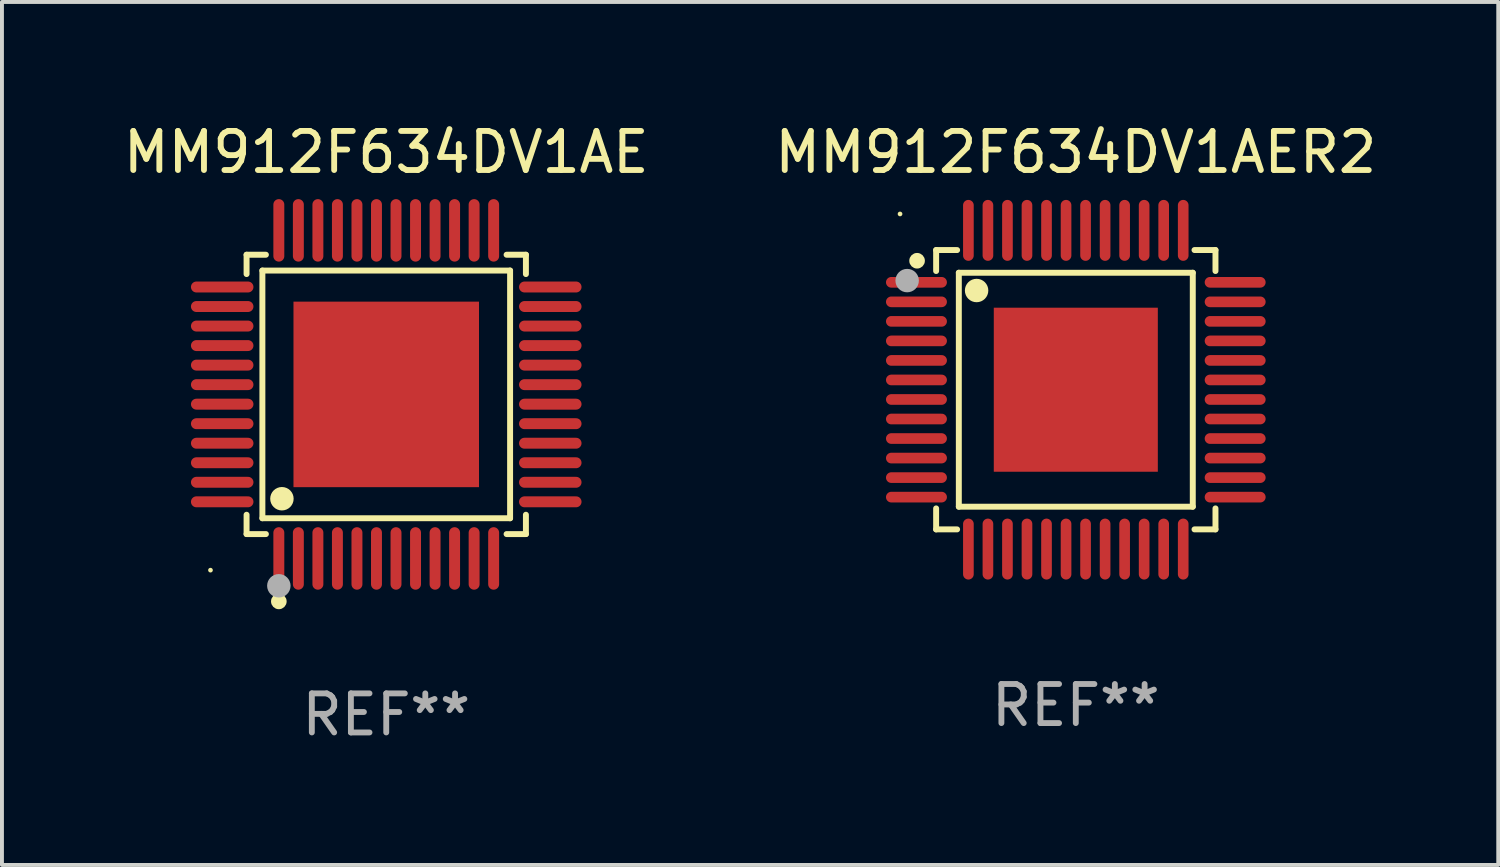
<source format=kicad_pcb>
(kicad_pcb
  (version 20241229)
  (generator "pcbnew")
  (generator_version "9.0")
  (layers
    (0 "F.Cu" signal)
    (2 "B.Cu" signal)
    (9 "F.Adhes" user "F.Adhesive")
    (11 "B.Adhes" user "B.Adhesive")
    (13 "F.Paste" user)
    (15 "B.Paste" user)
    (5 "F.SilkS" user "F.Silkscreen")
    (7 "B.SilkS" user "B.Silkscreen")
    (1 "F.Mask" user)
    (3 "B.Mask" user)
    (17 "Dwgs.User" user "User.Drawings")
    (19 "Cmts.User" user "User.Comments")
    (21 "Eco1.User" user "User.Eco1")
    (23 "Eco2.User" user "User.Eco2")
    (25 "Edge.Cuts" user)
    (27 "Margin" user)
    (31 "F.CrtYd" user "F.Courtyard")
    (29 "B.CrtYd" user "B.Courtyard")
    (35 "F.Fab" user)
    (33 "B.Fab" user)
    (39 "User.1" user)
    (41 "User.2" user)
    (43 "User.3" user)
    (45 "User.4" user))
  (footprint "MM912F634DV1AE"
    (layer "F.Cu")
    (at 6.839 7.048)
    (property "Reference" "MM912F634DV1AE" (at 0 -6.2 0) (layer "F.SilkS") (effects (font (size 1 1) (thickness 0.15))))
    (attr through_hole)
    (fp_line (start -3.576 -3.576) (end -3.081 -3.576) (stroke (width 0.152) (type solid)) (layer "F.SilkS"))
    (fp_line (start -3.576 -3.081) (end -3.576 -3.576) (stroke (width 0.152) (type solid)) (layer "F.SilkS"))
    (fp_line (start -3.576 3.081) (end -3.576 3.576) (stroke (width 0.152) (type solid)) (layer "F.SilkS"))
    (fp_line (start -3.576 3.576) (end -3.081 3.576) (stroke (width 0.152) (type solid)) (layer "F.SilkS"))
    (fp_line (start -3.171 -3.171) (end 3.171 -3.171) (stroke (width 0.152) (type solid)) (layer "F.SilkS"))
    (fp_line (start -3.171 3.171) (end -3.171 -3.171) (stroke (width 0.152) (type solid)) (layer "F.SilkS"))
    (fp_line (start 3.171 -3.171) (end 3.171 3.171) (stroke (width 0.152) (type solid)) (layer "F.SilkS"))
    (fp_line (start 3.171 3.171) (end -3.171 3.171) (stroke (width 0.152) (type solid)) (layer "F.SilkS"))
    (fp_line (start 3.576 -3.576) (end 3.081 -3.576) (stroke (width 0.152) (type solid)) (layer "F.SilkS"))
    (fp_line (start 3.576 -3.081) (end 3.576 -3.576) (stroke (width 0.152) (type solid)) (layer "F.SilkS"))
    (fp_line (start 3.576 3.081) (end 3.576 3.576) (stroke (width 0.152) (type solid)) (layer "F.SilkS"))
    (fp_line (start 3.576 3.576) (end 3.081 3.576) (stroke (width 0.152) (type solid)) (layer "F.SilkS"))
    (fp_circle (center -4.5 4.5) (end -4.47 4.5) (stroke (width 0.06) (type solid)) (fill no) (layer "F.SilkS"))
    (fp_circle (center -2.75 5.3) (end -2.65 5.3) (stroke (width 0.2) (type solid)) (fill no) (layer "F.SilkS"))
    (fp_circle (center -2.671 2.671) (end -2.521 2.671) (stroke (width 0.3) (type solid)) (fill no) (layer "F.SilkS"))
    (fp_circle (center -2.75 4.9) (end -2.6 4.9) (stroke (width 0.3) (type solid)) (fill no) (layer "F.Fab"))
    (fp_text user "REF**" (at 0 8.2 0) (layer "F.Fab") (effects (font (size 1 1) (thickness 0.15))))
    (pad "1" smd oval (at -2.75 4.2) (size 0.28 1.6) (layers "F.Cu" "F.Mask" "F.Paste"))
    (pad "2" smd oval (at -2.25 4.2) (size 0.28 1.6) (layers "F.Cu" "F.Mask" "F.Paste"))
    (pad "3" smd oval (at -1.75 4.2) (size 0.28 1.6) (layers "F.Cu" "F.Mask" "F.Paste"))
    (pad "4" smd oval (at -1.25 4.2) (size 0.28 1.6) (layers "F.Cu" "F.Mask" "F.Paste"))
    (pad "5" smd oval (at -0.75 4.2) (size 0.28 1.6) (layers "F.Cu" "F.Mask" "F.Paste"))
    (pad "6" smd oval (at -0.25 4.2) (size 0.28 1.6) (layers "F.Cu" "F.Mask" "F.Paste"))
    (pad "7" smd oval (at 0.25 4.2) (size 0.28 1.6) (layers "F.Cu" "F.Mask" "F.Paste"))
    (pad "8" smd oval (at 0.75 4.2) (size 0.28 1.6) (layers "F.Cu" "F.Mask" "F.Paste"))
    (pad "9" smd oval (at 1.25 4.2) (size 0.28 1.6) (layers "F.Cu" "F.Mask" "F.Paste"))
    (pad "10" smd oval (at 1.75 4.2) (size 0.28 1.6) (layers "F.Cu" "F.Mask" "F.Paste"))
    (pad "11" smd oval (at 2.25 4.2) (size 0.28 1.6) (layers "F.Cu" "F.Mask" "F.Paste"))
    (pad "12" smd oval (at 2.75 4.2) (size 0.28 1.6) (layers "F.Cu" "F.Mask" "F.Paste"))
    (pad "13" smd oval (at 4.2 2.75) (size 1.6 0.28) (layers "F.Cu" "F.Mask" "F.Paste"))
    (pad "14" smd oval (at 4.2 2.25) (size 1.6 0.28) (layers "F.Cu" "F.Mask" "F.Paste"))
    (pad "15" smd oval (at 4.2 1.75) (size 1.6 0.28) (layers "F.Cu" "F.Mask" "F.Paste"))
    (pad "16" smd oval (at 4.2 1.25) (size 1.6 0.28) (layers "F.Cu" "F.Mask" "F.Paste"))
    (pad "17" smd oval (at 4.2 0.75) (size 1.6 0.28) (layers "F.Cu" "F.Mask" "F.Paste"))
    (pad "18" smd oval (at 4.2 0.25) (size 1.6 0.28) (layers "F.Cu" "F.Mask" "F.Paste"))
    (pad "19" smd oval (at 4.2 -0.25) (size 1.6 0.28) (layers "F.Cu" "F.Mask" "F.Paste"))
    (pad "20" smd oval (at 4.2 -0.75) (size 1.6 0.28) (layers "F.Cu" "F.Mask" "F.Paste"))
    (pad "21" smd oval (at 4.2 -1.25) (size 1.6 0.28) (layers "F.Cu" "F.Mask" "F.Paste"))
    (pad "22" smd oval (at 4.2 -1.75) (size 1.6 0.28) (layers "F.Cu" "F.Mask" "F.Paste"))
    (pad "23" smd oval (at 4.2 -2.25) (size 1.6 0.28) (layers "F.Cu" "F.Mask" "F.Paste"))
    (pad "24" smd oval (at 4.2 -2.75) (size 1.6 0.28) (layers "F.Cu" "F.Mask" "F.Paste"))
    (pad "25" smd oval (at 2.75 -4.2) (size 0.28 1.6) (layers "F.Cu" "F.Mask" "F.Paste"))
    (pad "26" smd oval (at 2.25 -4.2) (size 0.28 1.6) (layers "F.Cu" "F.Mask" "F.Paste"))
    (pad "27" smd oval (at 1.75 -4.2) (size 0.28 1.6) (layers "F.Cu" "F.Mask" "F.Paste"))
    (pad "28" smd oval (at 1.25 -4.2) (size 0.28 1.6) (layers "F.Cu" "F.Mask" "F.Paste"))
    (pad "29" smd oval (at 0.75 -4.2) (size 0.28 1.6) (layers "F.Cu" "F.Mask" "F.Paste"))
    (pad "30" smd oval (at 0.25 -4.2) (size 0.28 1.6) (layers "F.Cu" "F.Mask" "F.Paste"))
    (pad "31" smd oval (at -0.25 -4.2) (size 0.28 1.6) (layers "F.Cu" "F.Mask" "F.Paste"))
    (pad "32" smd oval (at -0.75 -4.2) (size 0.28 1.6) (layers "F.Cu" "F.Mask" "F.Paste"))
    (pad "33" smd oval (at -1.25 -4.2) (size 0.28 1.6) (layers "F.Cu" "F.Mask" "F.Paste"))
    (pad "34" smd oval (at -1.75 -4.2) (size 0.28 1.6) (layers "F.Cu" "F.Mask" "F.Paste"))
    (pad "35" smd oval (at -2.25 -4.2) (size 0.28 1.6) (layers "F.Cu" "F.Mask" "F.Paste"))
    (pad "36" smd oval (at -2.75 -4.2) (size 0.28 1.6) (layers "F.Cu" "F.Mask" "F.Paste"))
    (pad "37" smd oval (at -4.2 -2.75) (size 1.6 0.28) (layers "F.Cu" "F.Mask" "F.Paste"))
    (pad "38" smd oval (at -4.2 -2.25) (size 1.6 0.28) (layers "F.Cu" "F.Mask" "F.Paste"))
    (pad "39" smd oval (at -4.2 -1.75) (size 1.6 0.28) (layers "F.Cu" "F.Mask" "F.Paste"))
    (pad "40" smd oval (at -4.2 -1.25) (size 1.6 0.28) (layers "F.Cu" "F.Mask" "F.Paste"))
    (pad "41" smd oval (at -4.2 -0.75) (size 1.6 0.28) (layers "F.Cu" "F.Mask" "F.Paste"))
    (pad "42" smd oval (at -4.2 -0.25) (size 1.6 0.28) (layers "F.Cu" "F.Mask" "F.Paste"))
    (pad "43" smd oval (at -4.2 0.25) (size 1.6 0.28) (layers "F.Cu" "F.Mask" "F.Paste"))
    (pad "44" smd oval (at -4.2 0.75) (size 1.6 0.28) (layers "F.Cu" "F.Mask" "F.Paste"))
    (pad "45" smd oval (at -4.2 1.25) (size 1.6 0.28) (layers "F.Cu" "F.Mask" "F.Paste"))
    (pad "46" smd oval (at -4.2 1.75) (size 1.6 0.28) (layers "F.Cu" "F.Mask" "F.Paste"))
    (pad "47" smd oval (at -4.2 2.25) (size 1.6 0.28) (layers "F.Cu" "F.Mask" "F.Paste"))
    (pad "48" smd oval (at -4.2 2.75) (size 1.6 0.28) (layers "F.Cu" "F.Mask" "F.Paste"))
    (pad "49" smd rect (at 0 0) (size 4.75 4.75) (layers "F.Cu" "F.Mask" "F.Paste")))
  (footprint "MM912F634DV1AER2"
    (layer "F.Cu")
    (at 24.494 6.928)
    (property "Reference" "MM912F634DV1AER2" (at 0 -6.08 0) (layer "F.SilkS") (effects (font (size 1 1) (thickness 0.15))))
    (attr through_hole)
    (fp_line (start -3.576 -3.576) (end -3.039 -3.576) (stroke (width 0.152) (type solid)) (layer "F.SilkS"))
    (fp_line (start -3.576 -3.039) (end -3.576 -3.576) (stroke (width 0.152) (type solid)) (layer "F.SilkS"))
    (fp_line (start -3.576 3.039) (end -3.576 3.576) (stroke (width 0.152) (type solid)) (layer "F.SilkS"))
    (fp_line (start -3.576 3.576) (end -3.039 3.576) (stroke (width 0.152) (type solid)) (layer "F.SilkS"))
    (fp_line (start -2.995 -2.995) (end 2.995 -2.995) (stroke (width 0.152) (type solid)) (layer "F.SilkS"))
    (fp_line (start -2.995 2.995) (end -2.995 -2.995) (stroke (width 0.152) (type solid)) (layer "F.SilkS"))
    (fp_line (start 2.995 -2.995) (end 2.995 2.995) (stroke (width 0.152) (type solid)) (layer "F.SilkS"))
    (fp_line (start 2.995 2.995) (end -2.995 2.995) (stroke (width 0.152) (type solid)) (layer "F.SilkS"))
    (fp_line (start 3.576 -3.576) (end 3.039 -3.576) (stroke (width 0.152) (type solid)) (layer "F.SilkS"))
    (fp_line (start 3.576 -3.039) (end 3.576 -3.576) (stroke (width 0.152) (type solid)) (layer "F.SilkS"))
    (fp_line (start 3.576 3.039) (end 3.576 3.576) (stroke (width 0.152) (type solid)) (layer "F.SilkS"))
    (fp_line (start 3.576 3.576) (end 3.039 3.576) (stroke (width 0.152) (type solid)) (layer "F.SilkS"))
    (fp_circle (center -4.5 -4.5) (end -4.47 -4.5) (stroke (width 0.06) (type solid)) (fill no) (layer "F.SilkS"))
    (fp_circle (center -4.064 -3.302) (end -3.964 -3.302) (stroke (width 0.2) (type solid)) (fill no) (layer "F.SilkS"))
    (fp_circle (center -2.54 -2.54) (end -2.39 -2.54) (stroke (width 0.3) (type solid)) (fill no) (layer "F.SilkS"))
    (fp_circle (center -4.318 -2.794) (end -4.168 -2.794) (stroke (width 0.3) (type solid)) (fill no) (layer "F.Fab"))
    (fp_text user "REF**" (at 0 8.08 0) (layer "F.Fab") (effects (font (size 1 1) (thickness 0.15))))
    (pad "1" smd oval (at -4.08 -2.75) (size 1.56 0.273) (layers "F.Cu" "F.Mask" "F.Paste"))
    (pad "2" smd oval (at -4.08 -2.25) (size 1.56 0.273) (layers "F.Cu" "F.Mask" "F.Paste"))
    (pad "3" smd oval (at -4.08 -1.75) (size 1.56 0.273) (layers "F.Cu" "F.Mask" "F.Paste"))
    (pad "4" smd oval (at -4.08 -1.25) (size 1.56 0.273) (layers "F.Cu" "F.Mask" "F.Paste"))
    (pad "5" smd oval (at -4.08 -0.75) (size 1.56 0.273) (layers "F.Cu" "F.Mask" "F.Paste"))
    (pad "6" smd oval (at -4.08 -0.25) (size 1.56 0.273) (layers "F.Cu" "F.Mask" "F.Paste"))
    (pad "7" smd oval (at -4.08 0.25) (size 1.56 0.273) (layers "F.Cu" "F.Mask" "F.Paste"))
    (pad "8" smd oval (at -4.08 0.75) (size 1.56 0.273) (layers "F.Cu" "F.Mask" "F.Paste"))
    (pad "9" smd oval (at -4.08 1.25) (size 1.56 0.273) (layers "F.Cu" "F.Mask" "F.Paste"))
    (pad "10" smd oval (at -4.08 1.75) (size 1.56 0.273) (layers "F.Cu" "F.Mask" "F.Paste"))
    (pad "11" smd oval (at -4.08 2.25) (size 1.56 0.273) (layers "F.Cu" "F.Mask" "F.Paste"))
    (pad "12" smd oval (at -4.08 2.75) (size 1.56 0.273) (layers "F.Cu" "F.Mask" "F.Paste"))
    (pad "13" smd oval (at -2.75 4.08) (size 0.273 1.56) (layers "F.Cu" "F.Mask" "F.Paste"))
    (pad "14" smd oval (at -2.25 4.08) (size 0.273 1.56) (layers "F.Cu" "F.Mask" "F.Paste"))
    (pad "15" smd oval (at -1.75 4.08) (size 0.273 1.56) (layers "F.Cu" "F.Mask" "F.Paste"))
    (pad "16" smd oval (at -1.25 4.08) (size 0.273 1.56) (layers "F.Cu" "F.Mask" "F.Paste"))
    (pad "17" smd oval (at -0.75 4.08) (size 0.273 1.56) (layers "F.Cu" "F.Mask" "F.Paste"))
    (pad "18" smd oval (at -0.25 4.08) (size 0.273 1.56) (layers "F.Cu" "F.Mask" "F.Paste"))
    (pad "19" smd oval (at 0.25 4.08) (size 0.273 1.56) (layers "F.Cu" "F.Mask" "F.Paste"))
    (pad "20" smd oval (at 0.75 4.08) (size 0.273 1.56) (layers "F.Cu" "F.Mask" "F.Paste"))
    (pad "21" smd oval (at 1.25 4.08) (size 0.273 1.56) (layers "F.Cu" "F.Mask" "F.Paste"))
    (pad "22" smd oval (at 1.75 4.08) (size 0.273 1.56) (layers "F.Cu" "F.Mask" "F.Paste"))
    (pad "23" smd oval (at 2.25 4.08) (size 0.273 1.56) (layers "F.Cu" "F.Mask" "F.Paste"))
    (pad "24" smd oval (at 2.75 4.08) (size 0.273 1.56) (layers "F.Cu" "F.Mask" "F.Paste"))
    (pad "25" smd oval (at 4.08 2.75) (size 1.56 0.273) (layers "F.Cu" "F.Mask" "F.Paste"))
    (pad "26" smd oval (at 4.08 2.25) (size 1.56 0.273) (layers "F.Cu" "F.Mask" "F.Paste"))
    (pad "27" smd oval (at 4.08 1.75) (size 1.56 0.273) (layers "F.Cu" "F.Mask" "F.Paste"))
    (pad "28" smd oval (at 4.08 1.25) (size 1.56 0.273) (layers "F.Cu" "F.Mask" "F.Paste"))
    (pad "29" smd oval (at 4.08 0.75) (size 1.56 0.273) (layers "F.Cu" "F.Mask" "F.Paste"))
    (pad "30" smd oval (at 4.08 0.25) (size 1.56 0.273) (layers "F.Cu" "F.Mask" "F.Paste"))
    (pad "31" smd oval (at 4.08 -0.25) (size 1.56 0.273) (layers "F.Cu" "F.Mask" "F.Paste"))
    (pad "32" smd oval (at 4.08 -0.75) (size 1.56 0.273) (layers "F.Cu" "F.Mask" "F.Paste"))
    (pad "33" smd oval (at 4.08 -1.25) (size 1.56 0.273) (layers "F.Cu" "F.Mask" "F.Paste"))
    (pad "34" smd oval (at 4.08 -1.75) (size 1.56 0.273) (layers "F.Cu" "F.Mask" "F.Paste"))
    (pad "35" smd oval (at 4.08 -2.25) (size 1.56 0.273) (layers "F.Cu" "F.Mask" "F.Paste"))
    (pad "36" smd oval (at 4.08 -2.75) (size 1.56 0.273) (layers "F.Cu" "F.Mask" "F.Paste"))
    (pad "37" smd oval (at 2.75 -4.08) (size 0.273 1.56) (layers "F.Cu" "F.Mask" "F.Paste"))
    (pad "38" smd oval (at 2.25 -4.08) (size 0.273 1.56) (layers "F.Cu" "F.Mask" "F.Paste"))
    (pad "39" smd oval (at 1.75 -4.08) (size 0.273 1.56) (layers "F.Cu" "F.Mask" "F.Paste"))
    (pad "40" smd oval (at 1.25 -4.08) (size 0.273 1.56) (layers "F.Cu" "F.Mask" "F.Paste"))
    (pad "41" smd oval (at 0.75 -4.08) (size 0.273 1.56) (layers "F.Cu" "F.Mask" "F.Paste"))
    (pad "42" smd oval (at 0.25 -4.08) (size 0.273 1.56) (layers "F.Cu" "F.Mask" "F.Paste"))
    (pad "43" smd oval (at -0.25 -4.08) (size 0.273 1.56) (layers "F.Cu" "F.Mask" "F.Paste"))
    (pad "44" smd oval (at -0.75 -4.08) (size 0.273 1.56) (layers "F.Cu" "F.Mask" "F.Paste"))
    (pad "45" smd oval (at -1.25 -4.08) (size 0.273 1.56) (layers "F.Cu" "F.Mask" "F.Paste"))
    (pad "46" smd oval (at -1.75 -4.08) (size 0.273 1.56) (layers "F.Cu" "F.Mask" "F.Paste"))
    (pad "47" smd oval (at -2.25 -4.08) (size 0.273 1.56) (layers "F.Cu" "F.Mask" "F.Paste"))
    (pad "48" smd oval (at -2.75 -4.08) (size 0.273 1.56) (layers "F.Cu" "F.Mask" "F.Paste"))
    (pad "49" smd rect (at 0 0) (size 4.2 4.2) (layers "F.Cu" "F.Mask" "F.Paste")))
  (gr_rect
    (start -3 -3)
    (end 35.31 19.096)
    (stroke (width 0.1) (type default))
    (fill no)
    (layer "Edge.Cuts")))
</source>
